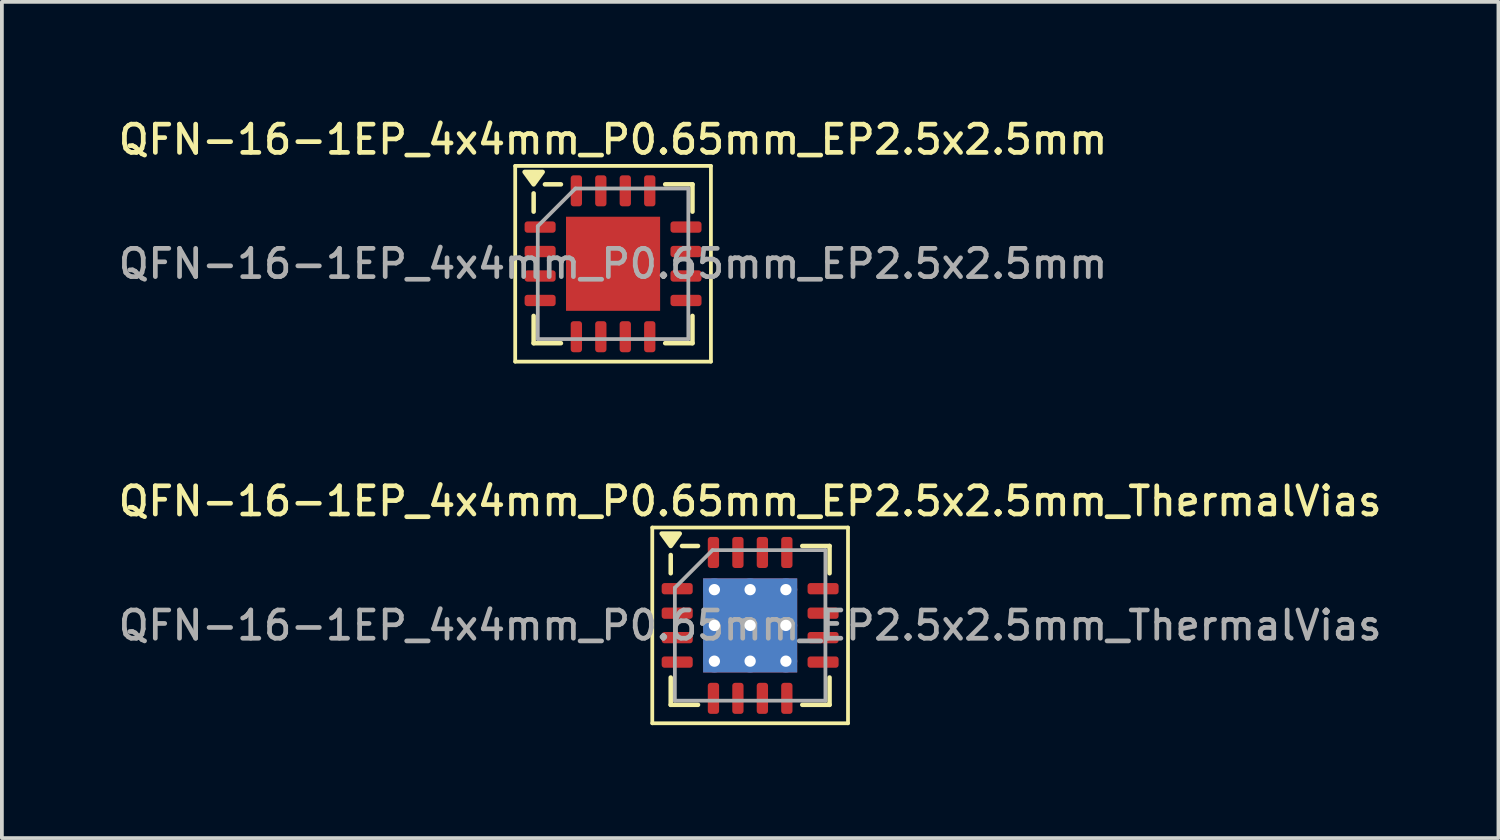
<source format=kicad_pcb>
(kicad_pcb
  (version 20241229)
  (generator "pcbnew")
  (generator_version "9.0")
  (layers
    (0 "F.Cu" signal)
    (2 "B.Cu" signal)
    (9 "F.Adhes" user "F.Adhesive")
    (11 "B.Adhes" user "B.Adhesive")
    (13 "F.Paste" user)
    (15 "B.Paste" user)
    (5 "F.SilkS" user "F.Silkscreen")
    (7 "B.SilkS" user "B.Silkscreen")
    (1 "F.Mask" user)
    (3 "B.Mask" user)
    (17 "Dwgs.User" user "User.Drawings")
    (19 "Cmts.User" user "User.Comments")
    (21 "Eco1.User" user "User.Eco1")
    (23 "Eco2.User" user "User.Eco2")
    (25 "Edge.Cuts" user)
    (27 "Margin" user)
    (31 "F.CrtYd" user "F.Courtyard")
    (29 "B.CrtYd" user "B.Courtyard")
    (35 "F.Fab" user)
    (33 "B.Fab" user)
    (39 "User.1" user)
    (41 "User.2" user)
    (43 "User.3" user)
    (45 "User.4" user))
  (footprint "QFN-16-1EP_4x4mm_P0.65mm_EP2.5x2.5mm_ThermalVias"
    (layer "F.Cu")
    (at 16.88 13.566)
    (property "Reference" "QFN-16-1EP_4x4mm_P0.65mm_EP2.5x2.5mm_ThermalVias" (at 0 -3.3 0) (layer "F.SilkS") (effects (font (size 0.75 0.75) (thickness 0.125))))
    (attr smd)
    (fp_line (start -2.6 -2.6) (end -2.6 2.6) (stroke (width 0.1) (type solid)) (layer "F.SilkS"))
    (fp_line (start -2.6 2.6) (end 2.6 2.6) (stroke (width 0.1) (type solid)) (layer "F.SilkS"))
    (fp_line (start -2.11 -1.385) (end -2.11 -1.87) (stroke (width 0.12) (type solid)) (layer "F.SilkS"))
    (fp_line (start -2.11 2.11) (end -2.11 1.385) (stroke (width 0.12) (type solid)) (layer "F.SilkS"))
    (fp_line (start -1.385 -2.11) (end -1.81 -2.11) (stroke (width 0.12) (type solid)) (layer "F.SilkS"))
    (fp_line (start -1.385 2.11) (end -2.11 2.11) (stroke (width 0.12) (type solid)) (layer "F.SilkS"))
    (fp_line (start 1.385 -2.11) (end 2.11 -2.11) (stroke (width 0.12) (type solid)) (layer "F.SilkS"))
    (fp_line (start 1.385 2.11) (end 2.11 2.11) (stroke (width 0.12) (type solid)) (layer "F.SilkS"))
    (fp_line (start 2.11 -2.11) (end 2.11 -1.385) (stroke (width 0.12) (type solid)) (layer "F.SilkS"))
    (fp_line (start 2.11 2.11) (end 2.11 1.385) (stroke (width 0.12) (type solid)) (layer "F.SilkS"))
    (fp_line (start 2.6 -2.6) (end -2.6 -2.6) (stroke (width 0.1) (type solid)) (layer "F.SilkS"))
    (fp_line (start 2.6 2.6) (end 2.6 -2.6) (stroke (width 0.1) (type solid)) (layer "F.SilkS"))
    (fp_poly (pts (xy -2.11 -2.11) (xy -2.35 -2.44) (xy -1.87 -2.44) (xy -2.11 -2.11)) (stroke (width 0.12) (type solid)) (fill yes) (layer "F.SilkS"))
    (fp_line (start -2 -1) (end -1 -2) (stroke (width 0.1) (type solid)) (layer "F.Fab"))
    (fp_line (start -2 2) (end -2 -1) (stroke (width 0.1) (type solid)) (layer "F.Fab"))
    (fp_line (start -1 -2) (end 2 -2) (stroke (width 0.1) (type solid)) (layer "F.Fab"))
    (fp_line (start 2 -2) (end 2 2) (stroke (width 0.1) (type solid)) (layer "F.Fab"))
    (fp_line (start 2 2) (end -2 2) (stroke (width 0.1) (type solid)) (layer "F.Fab"))
    (fp_text user "${REFERENCE}" (at 0 0 0) (layer "F.Fab") (effects (font (size 0.75 0.75) (thickness 0.125))))
    (pad "" smd roundrect (at -0.625 -0.625) (size 1.08 1.08) (layers "F.Paste") (roundrect_rratio 0.231))
    (pad "" smd roundrect (at -0.625 0.625) (size 1.08 1.08) (layers "F.Paste") (roundrect_rratio 0.231))
    (pad "" smd roundrect (at 0.625 -0.625) (size 1.08 1.08) (layers "F.Paste") (roundrect_rratio 0.231))
    (pad "" smd roundrect (at 0.625 0.625) (size 1.08 1.08) (layers "F.Paste") (roundrect_rratio 0.231))
    (pad "1" smd roundrect (at -1.938 -0.975) (size 0.825 0.3) (layers "F.Cu" "F.Mask" "F.Paste") (roundrect_rratio 0.25))
    (pad "2" smd roundrect (at -1.938 -0.325) (size 0.825 0.3) (layers "F.Cu" "F.Mask" "F.Paste") (roundrect_rratio 0.25))
    (pad "3" smd roundrect (at -1.938 0.325) (size 0.825 0.3) (layers "F.Cu" "F.Mask" "F.Paste") (roundrect_rratio 0.25))
    (pad "4" smd roundrect (at -1.938 0.975) (size 0.825 0.3) (layers "F.Cu" "F.Mask" "F.Paste") (roundrect_rratio 0.25))
    (pad "5" smd roundrect (at -0.975 1.938) (size 0.3 0.825) (layers "F.Cu" "F.Mask" "F.Paste") (roundrect_rratio 0.25))
    (pad "6" smd roundrect (at -0.325 1.938) (size 0.3 0.825) (layers "F.Cu" "F.Mask" "F.Paste") (roundrect_rratio 0.25))
    (pad "7" smd roundrect (at 0.325 1.938) (size 0.3 0.825) (layers "F.Cu" "F.Mask" "F.Paste") (roundrect_rratio 0.25))
    (pad "8" smd roundrect (at 0.975 1.938) (size 0.3 0.825) (layers "F.Cu" "F.Mask" "F.Paste") (roundrect_rratio 0.25))
    (pad "9" smd roundrect (at 1.938 0.975) (size 0.825 0.3) (layers "F.Cu" "F.Mask" "F.Paste") (roundrect_rratio 0.25))
    (pad "10" smd roundrect (at 1.938 0.325) (size 0.825 0.3) (layers "F.Cu" "F.Mask" "F.Paste") (roundrect_rratio 0.25))
    (pad "11" smd roundrect (at 1.938 -0.325) (size 0.825 0.3) (layers "F.Cu" "F.Mask" "F.Paste") (roundrect_rratio 0.25))
    (pad "12" smd roundrect (at 1.938 -0.975) (size 0.825 0.3) (layers "F.Cu" "F.Mask" "F.Paste") (roundrect_rratio 0.25))
    (pad "13" smd roundrect (at 0.975 -1.938) (size 0.3 0.825) (layers "F.Cu" "F.Mask" "F.Paste") (roundrect_rratio 0.25))
    (pad "14" smd roundrect (at 0.325 -1.938) (size 0.3 0.825) (layers "F.Cu" "F.Mask" "F.Paste") (roundrect_rratio 0.25))
    (pad "15" smd roundrect (at -0.325 -1.938) (size 0.3 0.825) (layers "F.Cu" "F.Mask" "F.Paste") (roundrect_rratio 0.25))
    (pad "16" smd roundrect (at -0.975 -1.938) (size 0.3 0.825) (layers "F.Cu" "F.Mask" "F.Paste") (roundrect_rratio 0.25))
    (pad "17" thru_hole circle (at -0.95 -0.95) (size 0.6 0.6) (drill 0.3) (property pad_prop_heatsink) (layers "*.Cu"))
    (pad "17" thru_hole circle (at -0.95 0) (size 0.6 0.6) (drill 0.3) (property pad_prop_heatsink) (layers "*.Cu"))
    (pad "17" thru_hole circle (at -0.95 0.95) (size 0.6 0.6) (drill 0.3) (property pad_prop_heatsink) (layers "*.Cu"))
    (pad "17" thru_hole circle (at 0 -0.95) (size 0.6 0.6) (drill 0.3) (property pad_prop_heatsink) (layers "*.Cu"))
    (pad "17" thru_hole circle (at 0 0) (size 0.6 0.6) (drill 0.3) (property pad_prop_heatsink) (layers "*.Cu"))
    (pad "17" smd rect (at 0 0) (size 2.5 2.5) (property pad_prop_heatsink) (layers "F.Cu" "F.Mask"))
    (pad "17" smd rect (at 0 0) (size 2.5 2.5) (property pad_prop_heatsink) (layers "B.Cu"))
    (pad "17" thru_hole circle (at 0 0.95) (size 0.6 0.6) (drill 0.3) (property pad_prop_heatsink) (layers "*.Cu"))
    (pad "17" thru_hole circle (at 0.95 -0.95) (size 0.6 0.6) (drill 0.3) (property pad_prop_heatsink) (layers "*.Cu"))
    (pad "17" thru_hole circle (at 0.95 0) (size 0.6 0.6) (drill 0.3) (property pad_prop_heatsink) (layers "*.Cu"))
    (pad "17" thru_hole circle (at 0.95 0.95) (size 0.6 0.6) (drill 0.3) (property pad_prop_heatsink) (layers "*.Cu")))
  (footprint "QFN-16-1EP_4x4mm_P0.65mm_EP2.5x2.5mm"
    (layer "F.Cu")
    (at 13.238 3.958)
    (property "Reference" "QFN-16-1EP_4x4mm_P0.65mm_EP2.5x2.5mm" (at 0 -3.3 0) (layer "F.SilkS") (effects (font (size 0.75 0.75) (thickness 0.125))))
    (attr smd)
    (fp_line (start -2.6 -2.6) (end -2.6 2.6) (stroke (width 0.1) (type solid)) (layer "F.SilkS"))
    (fp_line (start -2.6 2.6) (end 2.6 2.6) (stroke (width 0.1) (type solid)) (layer "F.SilkS"))
    (fp_line (start -2.11 -1.385) (end -2.11 -1.87) (stroke (width 0.12) (type solid)) (layer "F.SilkS"))
    (fp_line (start -2.11 2.11) (end -2.11 1.385) (stroke (width 0.12) (type solid)) (layer "F.SilkS"))
    (fp_line (start -1.385 -2.11) (end -1.81 -2.11) (stroke (width 0.12) (type solid)) (layer "F.SilkS"))
    (fp_line (start -1.385 2.11) (end -2.11 2.11) (stroke (width 0.12) (type solid)) (layer "F.SilkS"))
    (fp_line (start 1.385 -2.11) (end 2.11 -2.11) (stroke (width 0.12) (type solid)) (layer "F.SilkS"))
    (fp_line (start 1.385 2.11) (end 2.11 2.11) (stroke (width 0.12) (type solid)) (layer "F.SilkS"))
    (fp_line (start 2.11 -2.11) (end 2.11 -1.385) (stroke (width 0.12) (type solid)) (layer "F.SilkS"))
    (fp_line (start 2.11 2.11) (end 2.11 1.385) (stroke (width 0.12) (type solid)) (layer "F.SilkS"))
    (fp_line (start 2.6 -2.6) (end -2.6 -2.6) (stroke (width 0.1) (type solid)) (layer "F.SilkS"))
    (fp_line (start 2.6 2.6) (end 2.6 -2.6) (stroke (width 0.1) (type solid)) (layer "F.SilkS"))
    (fp_poly (pts (xy -2.11 -2.11) (xy -2.35 -2.44) (xy -1.87 -2.44) (xy -2.11 -2.11)) (stroke (width 0.12) (type solid)) (fill yes) (layer "F.SilkS"))
    (fp_line (start -2 -1) (end -1 -2) (stroke (width 0.1) (type solid)) (layer "F.Fab"))
    (fp_line (start -2 2) (end -2 -1) (stroke (width 0.1) (type solid)) (layer "F.Fab"))
    (fp_line (start -1 -2) (end 2 -2) (stroke (width 0.1) (type solid)) (layer "F.Fab"))
    (fp_line (start 2 -2) (end 2 2) (stroke (width 0.1) (type solid)) (layer "F.Fab"))
    (fp_line (start 2 2) (end -2 2) (stroke (width 0.1) (type solid)) (layer "F.Fab"))
    (fp_text user "${REFERENCE}" (at 0 0 0) (layer "F.Fab") (effects (font (size 0.75 0.75) (thickness 0.125))))
    (pad "" smd roundrect (at -0.625 -0.625) (size 1.01 1.01) (layers "F.Paste") (roundrect_rratio 0.248))
    (pad "" smd roundrect (at -0.625 0.625) (size 1.01 1.01) (layers "F.Paste") (roundrect_rratio 0.248))
    (pad "" smd roundrect (at 0.625 -0.625) (size 1.01 1.01) (layers "F.Paste") (roundrect_rratio 0.248))
    (pad "" smd roundrect (at 0.625 0.625) (size 1.01 1.01) (layers "F.Paste") (roundrect_rratio 0.248))
    (pad "1" smd roundrect (at -1.938 -0.975) (size 0.825 0.3) (layers "F.Cu" "F.Mask" "F.Paste") (roundrect_rratio 0.25))
    (pad "2" smd roundrect (at -1.938 -0.325) (size 0.825 0.3) (layers "F.Cu" "F.Mask" "F.Paste") (roundrect_rratio 0.25))
    (pad "3" smd roundrect (at -1.938 0.325) (size 0.825 0.3) (layers "F.Cu" "F.Mask" "F.Paste") (roundrect_rratio 0.25))
    (pad "4" smd roundrect (at -1.938 0.975) (size 0.825 0.3) (layers "F.Cu" "F.Mask" "F.Paste") (roundrect_rratio 0.25))
    (pad "5" smd roundrect (at -0.975 1.938) (size 0.3 0.825) (layers "F.Cu" "F.Mask" "F.Paste") (roundrect_rratio 0.25))
    (pad "6" smd roundrect (at -0.325 1.938) (size 0.3 0.825) (layers "F.Cu" "F.Mask" "F.Paste") (roundrect_rratio 0.25))
    (pad "7" smd roundrect (at 0.325 1.938) (size 0.3 0.825) (layers "F.Cu" "F.Mask" "F.Paste") (roundrect_rratio 0.25))
    (pad "8" smd roundrect (at 0.975 1.938) (size 0.3 0.825) (layers "F.Cu" "F.Mask" "F.Paste") (roundrect_rratio 0.25))
    (pad "9" smd roundrect (at 1.938 0.975) (size 0.825 0.3) (layers "F.Cu" "F.Mask" "F.Paste") (roundrect_rratio 0.25))
    (pad "10" smd roundrect (at 1.938 0.325) (size 0.825 0.3) (layers "F.Cu" "F.Mask" "F.Paste") (roundrect_rratio 0.25))
    (pad "11" smd roundrect (at 1.938 -0.325) (size 0.825 0.3) (layers "F.Cu" "F.Mask" "F.Paste") (roundrect_rratio 0.25))
    (pad "12" smd roundrect (at 1.938 -0.975) (size 0.825 0.3) (layers "F.Cu" "F.Mask" "F.Paste") (roundrect_rratio 0.25))
    (pad "13" smd roundrect (at 0.975 -1.938) (size 0.3 0.825) (layers "F.Cu" "F.Mask" "F.Paste") (roundrect_rratio 0.25))
    (pad "14" smd roundrect (at 0.325 -1.938) (size 0.3 0.825) (layers "F.Cu" "F.Mask" "F.Paste") (roundrect_rratio 0.25))
    (pad "15" smd roundrect (at -0.325 -1.938) (size 0.3 0.825) (layers "F.Cu" "F.Mask" "F.Paste") (roundrect_rratio 0.25))
    (pad "16" smd roundrect (at -0.975 -1.938) (size 0.3 0.825) (layers "F.Cu" "F.Mask" "F.Paste") (roundrect_rratio 0.25))
    (pad "17" smd rect (at 0 0) (size 2.5 2.5) (property pad_prop_heatsink) (layers "F.Cu" "F.Mask")))
  (gr_rect
    (start -3 -3)
    (end 36.761 19.216)
    (stroke (width 0.1) (type default))
    (fill no)
    (layer "Edge.Cuts")))
</source>
